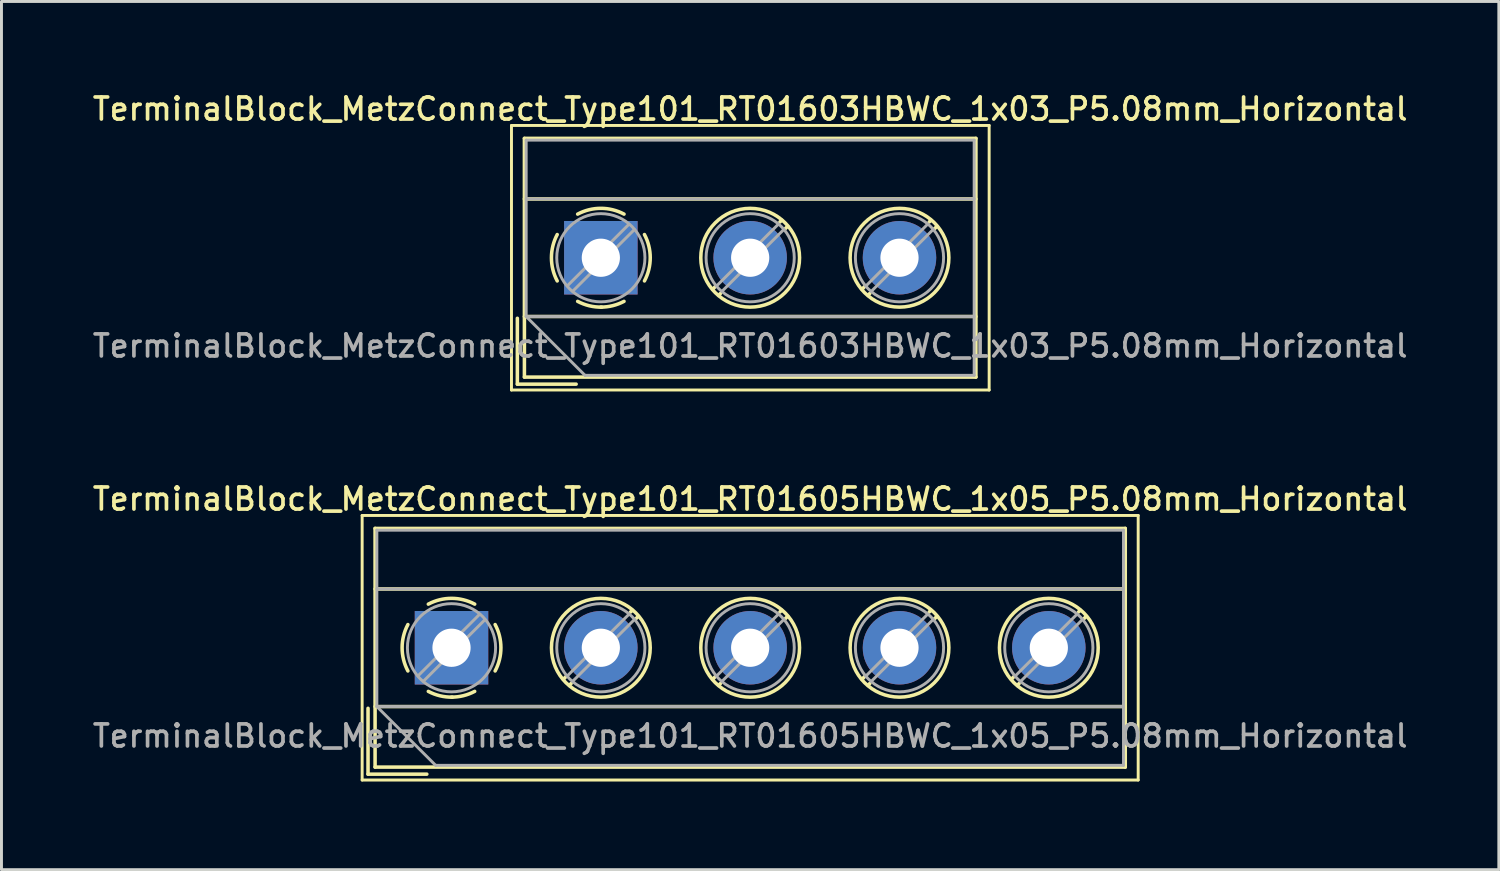
<source format=kicad_pcb>
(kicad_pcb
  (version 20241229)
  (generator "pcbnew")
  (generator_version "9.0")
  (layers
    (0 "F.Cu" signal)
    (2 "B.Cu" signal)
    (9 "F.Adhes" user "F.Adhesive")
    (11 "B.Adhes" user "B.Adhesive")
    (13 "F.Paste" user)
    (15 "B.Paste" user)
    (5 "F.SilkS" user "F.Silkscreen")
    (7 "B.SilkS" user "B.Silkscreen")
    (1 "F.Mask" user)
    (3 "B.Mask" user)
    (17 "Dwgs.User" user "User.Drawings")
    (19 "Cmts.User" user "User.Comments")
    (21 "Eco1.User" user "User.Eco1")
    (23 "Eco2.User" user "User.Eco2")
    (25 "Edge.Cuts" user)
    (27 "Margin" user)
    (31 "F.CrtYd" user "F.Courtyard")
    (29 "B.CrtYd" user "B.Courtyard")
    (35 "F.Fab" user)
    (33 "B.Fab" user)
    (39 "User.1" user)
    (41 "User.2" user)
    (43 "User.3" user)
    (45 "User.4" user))
  (footprint "TerminalBlock_MetzConnect_Type101_RT01605HBWC_1x05_P5.08mm_Horizontal"
    (layer "F.Cu")
    (at 12.31 18.986)
    (property "Reference" "TerminalBlock_MetzConnect_Type101_RT01605HBWC_1x05_P5.08mm_Horizontal" (at 10.16 -5.06 0) (layer "F.SilkS") (effects (font (size 0.75 0.75) (thickness 0.125))))
    (attr through_hole)
    (fp_line (start -3.04 -4.5) (end -3.04 4.5) (stroke (width 0.1) (type solid)) (layer "F.SilkS"))
    (fp_line (start -3.04 4.5) (end 23.36 4.5) (stroke (width 0.1) (type solid)) (layer "F.SilkS"))
    (fp_line (start -2.84 2.06) (end -2.84 4.3) (stroke (width 0.12) (type solid)) (layer "F.SilkS"))
    (fp_line (start -2.84 4.3) (end -0.84 4.3) (stroke (width 0.12) (type solid)) (layer "F.SilkS"))
    (fp_line (start -2.6 -4.06) (end -2.6 4.06) (stroke (width 0.12) (type solid)) (layer "F.SilkS"))
    (fp_line (start -2.6 -4.06) (end 22.92 -4.06) (stroke (width 0.12) (type solid)) (layer "F.SilkS"))
    (fp_line (start -2.6 -2) (end 22.92 -2) (stroke (width 0.12) (type solid)) (layer "F.SilkS"))
    (fp_line (start -2.6 2) (end 22.92 2) (stroke (width 0.12) (type solid)) (layer "F.SilkS"))
    (fp_line (start -2.6 4.06) (end 22.92 4.06) (stroke (width 0.12) (type solid)) (layer "F.SilkS"))
    (fp_line (start 3.9 0.976) (end 3.806 1.069) (stroke (width 0.12) (type solid)) (layer "F.SilkS"))
    (fp_line (start 4.07 1.216) (end 4.011 1.274) (stroke (width 0.12) (type solid)) (layer "F.SilkS"))
    (fp_line (start 6.15 -1.275) (end 6.091 -1.216) (stroke (width 0.12) (type solid)) (layer "F.SilkS"))
    (fp_line (start 6.355 -1.069) (end 6.261 -0.976) (stroke (width 0.12) (type solid)) (layer "F.SilkS"))
    (fp_line (start 8.98 0.976) (end 8.886 1.069) (stroke (width 0.12) (type solid)) (layer "F.SilkS"))
    (fp_line (start 9.15 1.216) (end 9.091 1.274) (stroke (width 0.12) (type solid)) (layer "F.SilkS"))
    (fp_line (start 11.23 -1.275) (end 11.171 -1.216) (stroke (width 0.12) (type solid)) (layer "F.SilkS"))
    (fp_line (start 11.435 -1.069) (end 11.341 -0.976) (stroke (width 0.12) (type solid)) (layer "F.SilkS"))
    (fp_line (start 14.06 0.976) (end 13.966 1.069) (stroke (width 0.12) (type solid)) (layer "F.SilkS"))
    (fp_line (start 14.23 1.216) (end 14.171 1.274) (stroke (width 0.12) (type solid)) (layer "F.SilkS"))
    (fp_line (start 16.31 -1.275) (end 16.251 -1.216) (stroke (width 0.12) (type solid)) (layer "F.SilkS"))
    (fp_line (start 16.515 -1.069) (end 16.421 -0.976) (stroke (width 0.12) (type solid)) (layer "F.SilkS"))
    (fp_line (start 19.14 0.976) (end 19.046 1.069) (stroke (width 0.12) (type solid)) (layer "F.SilkS"))
    (fp_line (start 19.31 1.216) (end 19.251 1.274) (stroke (width 0.12) (type solid)) (layer "F.SilkS"))
    (fp_line (start 21.39 -1.275) (end 21.331 -1.216) (stroke (width 0.12) (type solid)) (layer "F.SilkS"))
    (fp_line (start 21.595 -1.069) (end 21.501 -0.976) (stroke (width 0.12) (type solid)) (layer "F.SilkS"))
    (fp_line (start 22.92 -4.06) (end 22.92 4.06) (stroke (width 0.12) (type solid)) (layer "F.SilkS"))
    (fp_line (start 23.36 -4.5) (end -3.04 -4.5) (stroke (width 0.1) (type solid)) (layer "F.SilkS"))
    (fp_line (start 23.36 4.5) (end 23.36 -4.5) (stroke (width 0.1) (type solid)) (layer "F.SilkS"))
    (fp_arc (start -1.483953 0.789089) (mid -1.680708 0.00005) (end -1.484 -0.789) (stroke (width 0.12) (type solid)) (layer "F.SilkS"))
    (fp_arc (start -0.789089 -1.483953) (mid -0.00005 -1.680708) (end 0.789 -1.484) (stroke (width 0.12) (type solid)) (layer "F.SilkS"))
    (fp_arc (start 0.029383 1.68045) (mid -0.392304 1.634281) (end -0.789 1.484) (stroke (width 0.12) (type solid)) (layer "F.SilkS"))
    (fp_arc (start 0.788712 1.483352) (mid 0.406429 1.630097) (end 0 1.68) (stroke (width 0.12) (type solid)) (layer "F.SilkS"))
    (fp_arc (start 1.483953 -0.789089) (mid 1.680708 -0.00005) (end 1.484 0.789) (stroke (width 0.12) (type solid)) (layer "F.SilkS"))
    (fp_circle (center 5.08 0) (end 6.76 0) (stroke (width 0.12) (type solid)) (fill no) (layer "F.SilkS"))
    (fp_circle (center 10.16 0) (end 11.84 0) (stroke (width 0.12) (type solid)) (fill no) (layer "F.SilkS"))
    (fp_circle (center 15.24 0) (end 16.92 0) (stroke (width 0.12) (type solid)) (fill no) (layer "F.SilkS"))
    (fp_circle (center 20.32 0) (end 22 0) (stroke (width 0.12) (type solid)) (fill no) (layer "F.SilkS"))
    (fp_line (start -2.54 -4) (end 22.86 -4) (stroke (width 0.1) (type solid)) (layer "F.Fab"))
    (fp_line (start -2.54 -2) (end 22.86 -2) (stroke (width 0.1) (type solid)) (layer "F.Fab"))
    (fp_line (start -2.54 2) (end -2.54 -4) (stroke (width 0.1) (type solid)) (layer "F.Fab"))
    (fp_line (start -2.54 2) (end 22.86 2) (stroke (width 0.1) (type solid)) (layer "F.Fab"))
    (fp_line (start -0.54 4) (end -2.54 2) (stroke (width 0.1) (type solid)) (layer "F.Fab"))
    (fp_line (start 0.955 -1.138) (end -1.138 0.955) (stroke (width 0.1) (type solid)) (layer "F.Fab"))
    (fp_line (start 1.138 -0.955) (end -0.955 1.138) (stroke (width 0.1) (type solid)) (layer "F.Fab"))
    (fp_line (start 6.035 -1.138) (end 3.943 0.955) (stroke (width 0.1) (type solid)) (layer "F.Fab"))
    (fp_line (start 6.218 -0.955) (end 4.126 1.138) (stroke (width 0.1) (type solid)) (layer "F.Fab"))
    (fp_line (start 11.115 -1.138) (end 9.023 0.955) (stroke (width 0.1) (type solid)) (layer "F.Fab"))
    (fp_line (start 11.298 -0.955) (end 9.206 1.138) (stroke (width 0.1) (type solid)) (layer "F.Fab"))
    (fp_line (start 16.195 -1.138) (end 14.103 0.955) (stroke (width 0.1) (type solid)) (layer "F.Fab"))
    (fp_line (start 16.378 -0.955) (end 14.286 1.138) (stroke (width 0.1) (type solid)) (layer "F.Fab"))
    (fp_line (start 21.275 -1.138) (end 19.183 0.955) (stroke (width 0.1) (type solid)) (layer "F.Fab"))
    (fp_line (start 21.458 -0.955) (end 19.366 1.138) (stroke (width 0.1) (type solid)) (layer "F.Fab"))
    (fp_line (start 22.86 -4) (end 22.86 4) (stroke (width 0.1) (type solid)) (layer "F.Fab"))
    (fp_line (start 22.86 4) (end -0.54 4) (stroke (width 0.1) (type solid)) (layer "F.Fab"))
    (fp_circle (center 0 0) (end 1.5 0) (stroke (width 0.1) (type solid)) (fill no) (layer "F.Fab"))
    (fp_circle (center 5.08 0) (end 6.58 0) (stroke (width 0.1) (type solid)) (fill no) (layer "F.Fab"))
    (fp_circle (center 10.16 0) (end 11.66 0) (stroke (width 0.1) (type solid)) (fill no) (layer "F.Fab"))
    (fp_circle (center 15.24 0) (end 16.74 0) (stroke (width 0.1) (type solid)) (fill no) (layer "F.Fab"))
    (fp_circle (center 20.32 0) (end 21.82 0) (stroke (width 0.1) (type solid)) (fill no) (layer "F.Fab"))
    (fp_text user "${REFERENCE}" (at 10.16 3 0) (layer "F.Fab") (effects (font (size 0.75 0.75) (thickness 0.125))))
    (pad "1" thru_hole rect (at 0 0) (size 2.5 2.5) (drill 1.3) (layers "*.Cu" "*.Mask"))
    (pad "2" thru_hole circle (at 5.08 0) (size 2.5 2.5) (drill 1.3) (layers "*.Cu" "*.Mask"))
    (pad "3" thru_hole circle (at 10.16 0) (size 2.5 2.5) (drill 1.3) (layers "*.Cu" "*.Mask"))
    (pad "4" thru_hole circle (at 15.24 0) (size 2.5 2.5) (drill 1.3) (layers "*.Cu" "*.Mask"))
    (pad "5" thru_hole circle (at 20.32 0) (size 2.5 2.5) (drill 1.3) (layers "*.Cu" "*.Mask")))
  (footprint "TerminalBlock_MetzConnect_Type101_RT01603HBWC_1x03_P5.08mm_Horizontal"
    (layer "F.Cu")
    (at 17.39 5.718)
    (property "Reference" "TerminalBlock_MetzConnect_Type101_RT01603HBWC_1x03_P5.08mm_Horizontal" (at 5.08 -5.06 0) (layer "F.SilkS") (effects (font (size 0.75 0.75) (thickness 0.125))))
    (attr through_hole)
    (fp_line (start -3.04 -4.5) (end -3.04 4.5) (stroke (width 0.1) (type solid)) (layer "F.SilkS"))
    (fp_line (start -3.04 4.5) (end 13.21 4.5) (stroke (width 0.1) (type solid)) (layer "F.SilkS"))
    (fp_line (start -2.84 2.06) (end -2.84 4.3) (stroke (width 0.12) (type solid)) (layer "F.SilkS"))
    (fp_line (start -2.84 4.3) (end -0.84 4.3) (stroke (width 0.12) (type solid)) (layer "F.SilkS"))
    (fp_line (start -2.6 -4.06) (end -2.6 4.06) (stroke (width 0.12) (type solid)) (layer "F.SilkS"))
    (fp_line (start -2.6 -4.06) (end 12.76 -4.06) (stroke (width 0.12) (type solid)) (layer "F.SilkS"))
    (fp_line (start -2.6 -2) (end 12.76 -2) (stroke (width 0.12) (type solid)) (layer "F.SilkS"))
    (fp_line (start -2.6 2) (end 12.76 2) (stroke (width 0.12) (type solid)) (layer "F.SilkS"))
    (fp_line (start -2.6 4.06) (end 12.76 4.06) (stroke (width 0.12) (type solid)) (layer "F.SilkS"))
    (fp_line (start 3.9 0.976) (end 3.806 1.069) (stroke (width 0.12) (type solid)) (layer "F.SilkS"))
    (fp_line (start 4.07 1.216) (end 4.011 1.274) (stroke (width 0.12) (type solid)) (layer "F.SilkS"))
    (fp_line (start 6.15 -1.275) (end 6.091 -1.216) (stroke (width 0.12) (type solid)) (layer "F.SilkS"))
    (fp_line (start 6.355 -1.069) (end 6.261 -0.976) (stroke (width 0.12) (type solid)) (layer "F.SilkS"))
    (fp_line (start 8.98 0.976) (end 8.886 1.069) (stroke (width 0.12) (type solid)) (layer "F.SilkS"))
    (fp_line (start 9.15 1.216) (end 9.091 1.274) (stroke (width 0.12) (type solid)) (layer "F.SilkS"))
    (fp_line (start 11.23 -1.275) (end 11.171 -1.216) (stroke (width 0.12) (type solid)) (layer "F.SilkS"))
    (fp_line (start 11.435 -1.069) (end 11.341 -0.976) (stroke (width 0.12) (type solid)) (layer "F.SilkS"))
    (fp_line (start 12.76 -4.06) (end 12.76 4.06) (stroke (width 0.12) (type solid)) (layer "F.SilkS"))
    (fp_line (start 13.21 -4.5) (end -3.04 -4.5) (stroke (width 0.1) (type solid)) (layer "F.SilkS"))
    (fp_line (start 13.21 4.5) (end 13.21 -4.5) (stroke (width 0.1) (type solid)) (layer "F.SilkS"))
    (fp_arc (start -1.483953 0.789089) (mid -1.680708 0.00005) (end -1.484 -0.789) (stroke (width 0.12) (type solid)) (layer "F.SilkS"))
    (fp_arc (start -0.789089 -1.483953) (mid -0.00005 -1.680708) (end 0.789 -1.484) (stroke (width 0.12) (type solid)) (layer "F.SilkS"))
    (fp_arc (start 0.029383 1.68045) (mid -0.392304 1.634281) (end -0.789 1.484) (stroke (width 0.12) (type solid)) (layer "F.SilkS"))
    (fp_arc (start 0.788712 1.483352) (mid 0.406429 1.630097) (end 0 1.68) (stroke (width 0.12) (type solid)) (layer "F.SilkS"))
    (fp_arc (start 1.483953 -0.789089) (mid 1.680708 -0.00005) (end 1.484 0.789) (stroke (width 0.12) (type solid)) (layer "F.SilkS"))
    (fp_circle (center 5.08 0) (end 6.76 0) (stroke (width 0.12) (type solid)) (fill no) (layer "F.SilkS"))
    (fp_circle (center 10.16 0) (end 11.84 0) (stroke (width 0.12) (type solid)) (fill no) (layer "F.SilkS"))
    (fp_line (start -2.54 -4) (end 12.7 -4) (stroke (width 0.1) (type solid)) (layer "F.Fab"))
    (fp_line (start -2.54 -2) (end 12.7 -2) (stroke (width 0.1) (type solid)) (layer "F.Fab"))
    (fp_line (start -2.54 2) (end -2.54 -4) (stroke (width 0.1) (type solid)) (layer "F.Fab"))
    (fp_line (start -2.54 2) (end 12.7 2) (stroke (width 0.1) (type solid)) (layer "F.Fab"))
    (fp_line (start -0.54 4) (end -2.54 2) (stroke (width 0.1) (type solid)) (layer "F.Fab"))
    (fp_line (start 0.955 -1.138) (end -1.138 0.955) (stroke (width 0.1) (type solid)) (layer "F.Fab"))
    (fp_line (start 1.138 -0.955) (end -0.955 1.138) (stroke (width 0.1) (type solid)) (layer "F.Fab"))
    (fp_line (start 6.035 -1.138) (end 3.943 0.955) (stroke (width 0.1) (type solid)) (layer "F.Fab"))
    (fp_line (start 6.218 -0.955) (end 4.126 1.138) (stroke (width 0.1) (type solid)) (layer "F.Fab"))
    (fp_line (start 11.115 -1.138) (end 9.023 0.955) (stroke (width 0.1) (type solid)) (layer "F.Fab"))
    (fp_line (start 11.298 -0.955) (end 9.206 1.138) (stroke (width 0.1) (type solid)) (layer "F.Fab"))
    (fp_line (start 12.7 -4) (end 12.7 4) (stroke (width 0.1) (type solid)) (layer "F.Fab"))
    (fp_line (start 12.7 4) (end -0.54 4) (stroke (width 0.1) (type solid)) (layer "F.Fab"))
    (fp_circle (center 0 0) (end 1.5 0) (stroke (width 0.1) (type solid)) (fill no) (layer "F.Fab"))
    (fp_circle (center 5.08 0) (end 6.58 0) (stroke (width 0.1) (type solid)) (fill no) (layer "F.Fab"))
    (fp_circle (center 10.16 0) (end 11.66 0) (stroke (width 0.1) (type solid)) (fill no) (layer "F.Fab"))
    (fp_text user "${REFERENCE}" (at 5.08 3 0) (layer "F.Fab") (effects (font (size 0.75 0.75) (thickness 0.125))))
    (pad "1" thru_hole rect (at 0 0) (size 2.5 2.5) (drill 1.3) (layers "*.Cu" "*.Mask"))
    (pad "2" thru_hole circle (at 5.08 0) (size 2.5 2.5) (drill 1.3) (layers "*.Cu" "*.Mask"))
    (pad "3" thru_hole circle (at 10.16 0) (size 2.5 2.5) (drill 1.3) (layers "*.Cu" "*.Mask")))
  (gr_rect
    (start -3 -3)
    (end 47.939 26.536)
    (stroke (width 0.1) (type default))
    (fill no)
    (layer "Edge.Cuts")))
</source>
